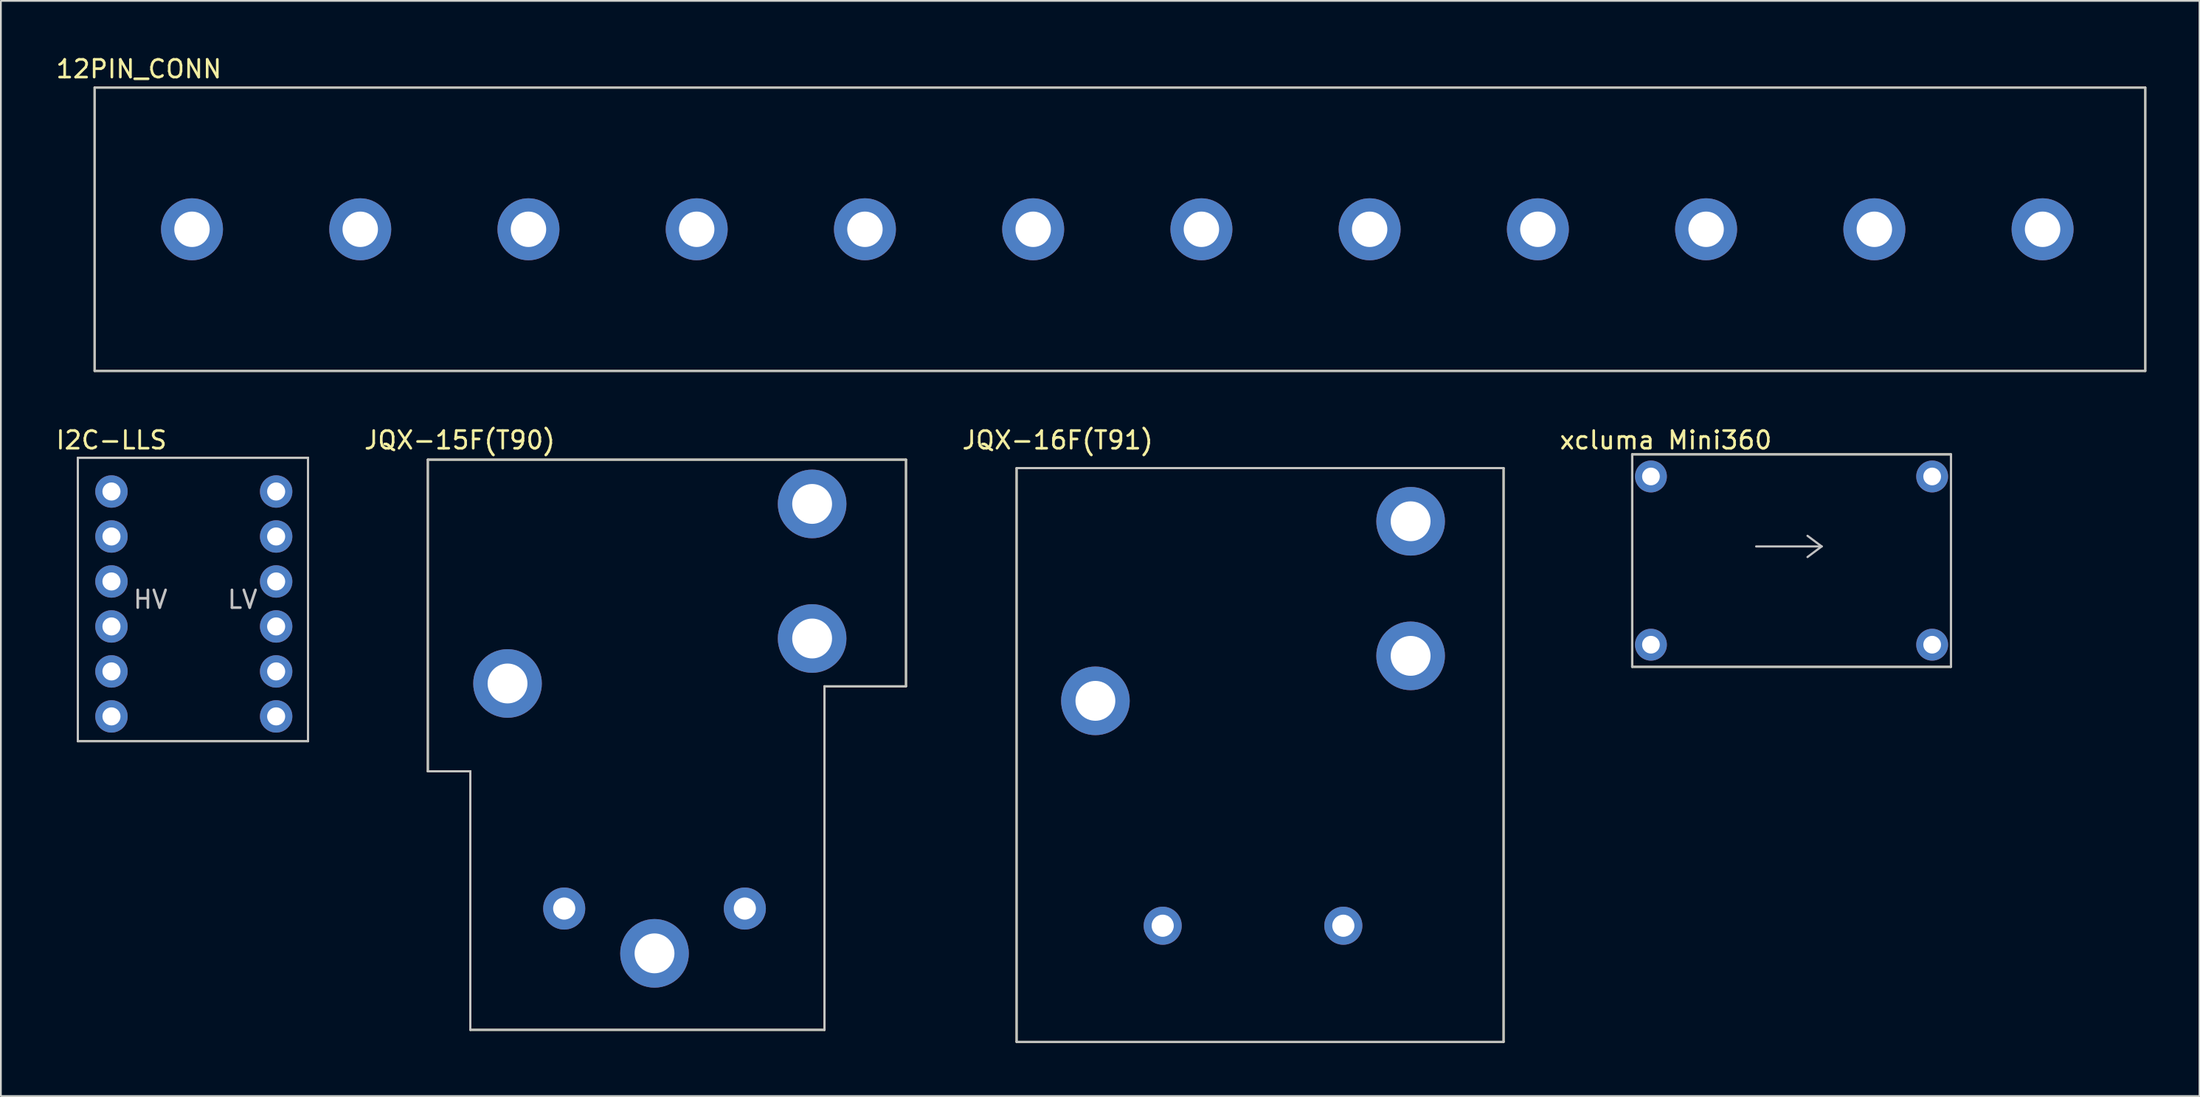
<source format=kicad_pcb>
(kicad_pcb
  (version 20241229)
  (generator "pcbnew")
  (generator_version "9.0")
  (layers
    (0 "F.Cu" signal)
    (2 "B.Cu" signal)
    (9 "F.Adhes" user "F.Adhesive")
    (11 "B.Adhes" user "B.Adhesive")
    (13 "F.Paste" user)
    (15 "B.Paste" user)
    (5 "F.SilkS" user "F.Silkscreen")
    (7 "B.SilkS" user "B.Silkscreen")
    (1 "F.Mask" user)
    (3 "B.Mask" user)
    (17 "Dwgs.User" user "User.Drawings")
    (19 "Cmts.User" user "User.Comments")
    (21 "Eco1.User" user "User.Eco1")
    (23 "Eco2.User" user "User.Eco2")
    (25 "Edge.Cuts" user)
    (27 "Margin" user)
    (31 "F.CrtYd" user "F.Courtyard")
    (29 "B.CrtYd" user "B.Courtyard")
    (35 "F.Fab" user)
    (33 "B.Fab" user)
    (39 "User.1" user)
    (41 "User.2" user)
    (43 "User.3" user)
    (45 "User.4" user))
  (footprint "xcluma Mini360"
    (layer "F.Cu")
    (at 98.117 28.607)
    (property "Reference" "xcluma Mini360" (at -7.1 -6.8 0) (layer "F.SilkS") (effects (font (size 1 1) (thickness 0.15))))
    (attr through_hole)
    (fp_line (start -9 -6) (end -9 6) (stroke (width 0.12) (type solid)) (layer "F.SilkS"))
    (fp_line (start -9 6) (end 9 6) (stroke (width 0.12) (type solid)) (layer "F.SilkS"))
    (fp_line (start 9 -6) (end -9 -6) (stroke (width 0.12) (type solid)) (layer "F.SilkS"))
    (fp_line (start 9 6) (end 9 -6) (stroke (width 0.12) (type solid)) (layer "F.SilkS"))
    (fp_line (start -9 -6) (end -9 6) (stroke (width 0.12) (type solid)) (layer "Dwgs.User"))
    (fp_line (start -9 -6) (end 9 -6) (stroke (width 0.12) (type solid)) (layer "Dwgs.User"))
    (fp_line (start -9 6) (end 9 6) (stroke (width 0.12) (type solid)) (layer "Dwgs.User"))
    (fp_line (start -2 -0.8) (end 1.7 -0.8) (stroke (width 0.12) (type solid)) (layer "Dwgs.User"))
    (fp_line (start 1.7 -0.8) (end 0.9 -1.4) (stroke (width 0.12) (type solid)) (layer "Dwgs.User"))
    (fp_line (start 1.7 -0.8) (end 0.9 -0.2) (stroke (width 0.12) (type solid)) (layer "Dwgs.User"))
    (fp_line (start 9 -6) (end 9 6) (stroke (width 0.12) (type solid)) (layer "Dwgs.User"))
    (pad "1" thru_hole circle (at -7.94 -4.75) (size 1.8 1.8) (drill 1) (layers "*.Cu" "*.Mask"))
    (pad "2" thru_hole circle (at -7.94 4.75) (size 1.8 1.8) (drill 1) (layers "*.Cu" "*.Mask"))
    (pad "3" thru_hole circle (at 7.94 -4.75) (size 1.8 1.8) (drill 1) (layers "*.Cu" "*.Mask"))
    (pad "4" thru_hole circle (at 7.94 4.75) (size 1.8 1.8) (drill 1) (layers "*.Cu" "*.Mask")))
  (footprint "JQX-16F(T91)"
    (layer "F.Cu")
    (at 68.106 39.587)
    (property "Reference" "JQX-16F(T91)" (at -11.43 -17.78 0) (layer "F.SilkS") (effects (font (size 1 1) (thickness 0.15))))
    (attr through_hole)
    (fp_line (start -13.75 -16.2) (end 13.75 -16.2) (stroke (width 0.12) (type solid)) (layer "F.SilkS"))
    (fp_line (start -13.75 16.2) (end -13.75 -16.2) (stroke (width 0.12) (type solid)) (layer "F.SilkS"))
    (fp_line (start 13.75 -16.2) (end 13.75 16.2) (stroke (width 0.12) (type solid)) (layer "F.SilkS"))
    (fp_line (start 13.75 16.2) (end -13.75 16.2) (stroke (width 0.12) (type solid)) (layer "F.SilkS"))
    (fp_line (start -13.75 -16.2) (end 13.75 -16.2) (stroke (width 0.12) (type solid)) (layer "Dwgs.User"))
    (fp_line (start -13.75 16.2) (end -13.75 -16.2) (stroke (width 0.12) (type solid)) (layer "Dwgs.User"))
    (fp_line (start -13.75 16.2) (end 13.75 16.2) (stroke (width 0.12) (type solid)) (layer "Dwgs.User"))
    (fp_line (start 13.75 -16.2) (end 13.75 16.2) (stroke (width 0.12) (type solid)) (layer "Dwgs.User"))
    (pad "1" thru_hole circle (at 8.5 -13.2) (size 3.875 3.875) (drill 2.25) (layers "*.Cu" "*.Mask"))
    (pad "2" thru_hole circle (at 8.5 -5.6) (size 3.875 3.875) (drill 2.25) (layers "*.Cu" "*.Mask"))
    (pad "3" thru_hole circle (at -9.3 -3.06) (size 3.875 3.875) (drill 2.25) (layers "*.Cu" "*.Mask"))
    (pad "4" thru_hole circle (at 4.7 9.64) (size 2.15 2.15) (drill 1.25) (layers "*.Cu" "*.Mask"))
    (pad "5" thru_hole circle (at -5.5 9.64) (size 2.15 2.15) (drill 1.25) (layers "*.Cu" "*.Mask")))
  (footprint "I2C-LLS"
    (layer "F.Cu")
    (at 7.844 30.806)
    (property "Reference" "I2C-LLS" (at -4.6 -9 0) (layer "F.SilkS") (effects (font (size 1 1) (thickness 0.15))))
    (attr through_hole)
    (fp_line (start -6.5 -8) (end 6.5 -8) (stroke (width 0.12) (type solid)) (layer "F.SilkS"))
    (fp_line (start -6.5 8) (end -6.5 -8) (stroke (width 0.12) (type solid)) (layer "F.SilkS"))
    (fp_line (start 6.5 -8) (end 6.5 8) (stroke (width 0.12) (type solid)) (layer "F.SilkS"))
    (fp_line (start 6.5 8) (end -6.5 8) (stroke (width 0.12) (type solid)) (layer "F.SilkS"))
    (fp_line (start -6.5 -8) (end -6.5 8) (stroke (width 0.12) (type solid)) (layer "Dwgs.User"))
    (fp_line (start 6.5 -8) (end -6.5 -8) (stroke (width 0.12) (type solid)) (layer "Dwgs.User"))
    (fp_line (start 6.5 -8) (end 6.5 8) (stroke (width 0.12) (type solid)) (layer "Dwgs.User"))
    (fp_line (start 6.5 8) (end -6.5 8) (stroke (width 0.12) (type solid)) (layer "Dwgs.User"))
    (fp_text user "LV" (at 2.8 0 0) (layer "Dwgs.User") (effects (font (size 1 1) (thickness 0.15))))
    (fp_text user "HV" (at -2.4 0 0) (layer "Dwgs.User") (effects (font (size 1 1) (thickness 0.15))))
    (pad "1" thru_hole circle (at -4.6 -6.1) (size 1.83 1.83) (drill 1.02) (layers "*.Cu" "*.Mask"))
    (pad "2" thru_hole circle (at -4.6 -3.56) (size 1.83 1.83) (drill 1.02) (layers "*.Cu" "*.Mask"))
    (pad "3" thru_hole circle (at -4.6 -1.02) (size 1.83 1.83) (drill 1.02) (layers "*.Cu" "*.Mask"))
    (pad "4" thru_hole circle (at -4.6 1.52) (size 1.83 1.83) (drill 1.02) (layers "*.Cu" "*.Mask"))
    (pad "5" thru_hole circle (at -4.6 4.06) (size 1.83 1.83) (drill 1.02) (layers "*.Cu" "*.Mask"))
    (pad "6" thru_hole circle (at -4.6 6.6) (size 1.83 1.83) (drill 1.02) (layers "*.Cu" "*.Mask"))
    (pad "7" thru_hole circle (at 4.7 6.6) (size 1.83 1.83) (drill 1.02) (layers "*.Cu" "*.Mask"))
    (pad "8" thru_hole circle (at 4.7 4.06) (size 1.83 1.83) (drill 1.02) (layers "*.Cu" "*.Mask"))
    (pad "9" thru_hole circle (at 4.7 1.52) (size 1.83 1.83) (drill 1.02) (layers "*.Cu" "*.Mask"))
    (pad "10" thru_hole circle (at 4.7 -1.02) (size 1.83 1.83) (drill 1.02) (layers "*.Cu" "*.Mask"))
    (pad "11" thru_hole circle (at 4.7 -3.56) (size 1.83 1.83) (drill 1.02) (layers "*.Cu" "*.Mask"))
    (pad "12" thru_hole circle (at 4.7 -6.1) (size 1.83 1.83) (drill 1.02) (layers "*.Cu" "*.Mask")))
  (footprint "12PIN_CONN"
    (layer "F.Cu")
    (at 2.292 9.898)
    (property "Reference" "12PIN_CONN" (at 2.5 -9.05 0) (layer "F.SilkS") (effects (font (size 1 1) (thickness 0.15))))
    (attr through_hole)
    (fp_line (start 0 -8) (end 0 8) (stroke (width 0.12) (type solid)) (layer "F.SilkS"))
    (fp_line (start 0 8) (end 115.8 8) (stroke (width 0.12) (type solid)) (layer "F.SilkS"))
    (fp_line (start 115.8 -8) (end 0 -8) (stroke (width 0.12) (type solid)) (layer "F.SilkS"))
    (fp_line (start 115.8 8) (end 115.8 -8) (stroke (width 0.12) (type solid)) (layer "F.SilkS"))
    (fp_line (start 0 -8) (end 0 8) (stroke (width 0.12) (type solid)) (layer "Dwgs.User"))
    (fp_line (start 0 -8) (end 115.8 -8) (stroke (width 0.12) (type solid)) (layer "Dwgs.User"))
    (fp_line (start 0 8) (end 115.8 8) (stroke (width 0.12) (type solid)) (layer "Dwgs.User"))
    (fp_line (start 115.8 -8) (end 115.8 8) (stroke (width 0.12) (type solid)) (layer "Dwgs.User"))
    (pad "1" thru_hole circle (at 5.5 0) (size 3.5 3.5) (drill 2) (layers "*.Cu" "*.Mask"))
    (pad "2" thru_hole circle (at 15 0) (size 3.5 3.5) (drill 2) (layers "*.Cu" "*.Mask"))
    (pad "3" thru_hole circle (at 24.5 0) (size 3.5 3.5) (drill 2) (layers "*.Cu" "*.Mask"))
    (pad "4" thru_hole circle (at 34 0) (size 3.5 3.5) (drill 2) (layers "*.Cu" "*.Mask"))
    (pad "5" thru_hole circle (at 43.5 0) (size 3.5 3.5) (drill 2) (layers "*.Cu" "*.Mask"))
    (pad "6" thru_hole circle (at 53 0) (size 3.5 3.5) (drill 2) (layers "*.Cu" "*.Mask"))
    (pad "7" thru_hole circle (at 62.5 0) (size 3.5 3.5) (drill 2) (layers "*.Cu" "*.Mask"))
    (pad "8" thru_hole circle (at 72 0) (size 3.5 3.5) (drill 2) (layers "*.Cu" "*.Mask"))
    (pad "9" thru_hole circle (at 81.5 0) (size 3.5 3.5) (drill 2) (layers "*.Cu" "*.Mask"))
    (pad "10" thru_hole circle (at 91 0) (size 3.5 3.5) (drill 2) (layers "*.Cu" "*.Mask"))
    (pad "11" thru_hole circle (at 100.5 0) (size 3.5 3.5) (drill 2) (layers "*.Cu" "*.Mask"))
    (pad "12" thru_hole circle (at 110 0) (size 3.5 3.5) (drill 2) (layers "*.Cu" "*.Mask")))
  (footprint "JQX-15F(T90)"
    (layer "F.Cu")
    (at 34.61 39.007)
    (property "Reference" "JQX-15F(T90)" (at -11.7 -17.2 0) (layer "F.SilkS") (effects (font (size 1 1) (thickness 0.15))))
    (attr through_hole)
    (fp_line (start -13.5 -16.1) (end -13.5 1.5) (stroke (width 0.12) (type solid)) (layer "F.SilkS"))
    (fp_line (start -13.5 1.5) (end -11.1 1.5) (stroke (width 0.12) (type solid)) (layer "F.SilkS"))
    (fp_line (start -11.1 1.5) (end -11.1 16.1) (stroke (width 0.12) (type solid)) (layer "F.SilkS"))
    (fp_line (start 8.9 -3.3) (end 13.5 -3.3) (stroke (width 0.12) (type solid)) (layer "F.SilkS"))
    (fp_line (start 8.9 16.1) (end -11.1 16.1) (stroke (width 0.12) (type solid)) (layer "F.SilkS"))
    (fp_line (start 8.9 16.1) (end 8.9 -3.3) (stroke (width 0.12) (type solid)) (layer "F.SilkS"))
    (fp_line (start 13.5 -16.1) (end -13.5 -16.1) (stroke (width 0.12) (type solid)) (layer "F.SilkS"))
    (fp_line (start 13.5 -3.3) (end 13.5 -16.1) (stroke (width 0.12) (type solid)) (layer "F.SilkS"))
    (fp_line (start -13.5 -16.1) (end 13.5 -16.1) (stroke (width 0.12) (type solid)) (layer "Dwgs.User"))
    (fp_line (start -13.5 1.5) (end -13.5 -16.1) (stroke (width 0.12) (type solid)) (layer "Dwgs.User"))
    (fp_line (start -11.1 1.5) (end -13.5 1.5) (stroke (width 0.12) (type solid)) (layer "Dwgs.User"))
    (fp_line (start -11.1 1.5) (end -11.1 16.1) (stroke (width 0.12) (type solid)) (layer "Dwgs.User"))
    (fp_line (start -11.1 16.1) (end 8.9 16.1) (stroke (width 0.12) (type solid)) (layer "Dwgs.User"))
    (fp_line (start 8.9 -3.3) (end 13.5 -3.3) (stroke (width 0.12) (type solid)) (layer "Dwgs.User"))
    (fp_line (start 8.9 16.1) (end 8.9 -3.3) (stroke (width 0.12) (type solid)) (layer "Dwgs.User"))
    (fp_line (start 13.5 -16.1) (end 13.5 -3.3) (stroke (width 0.12) (type solid)) (layer "Dwgs.User"))
    (pad "1" thru_hole circle (at 8.2 -13.6) (size 3.875 3.875) (drill 2.25) (layers "*.Cu" "*.Mask"))
    (pad "2" thru_hole circle (at 8.2 -6) (size 3.875 3.875) (drill 2.25) (layers "*.Cu" "*.Mask"))
    (pad "3" thru_hole circle (at -9 -3.46) (size 3.875 3.875) (drill 2.25) (layers "*.Cu" "*.Mask"))
    (pad "3" thru_hole circle (at -0.7 11.78) (size 3.875 3.875) (drill 2.25) (layers "*.Cu" "*.Mask"))
    (pad "4" thru_hole circle (at 4.4 9.25) (size 2.375 2.375) (drill 1.25) (layers "*.Cu" "*.Mask"))
    (pad "5" thru_hole circle (at -5.8 9.25) (size 2.375 2.375) (drill 1.25) (layers "*.Cu" "*.Mask")))
  (gr_rect
    (start -3 -3)
    (end 121.152 58.846)
    (stroke (width 0.1) (type default))
    (fill no)
    (layer "Edge.Cuts")))
</source>
